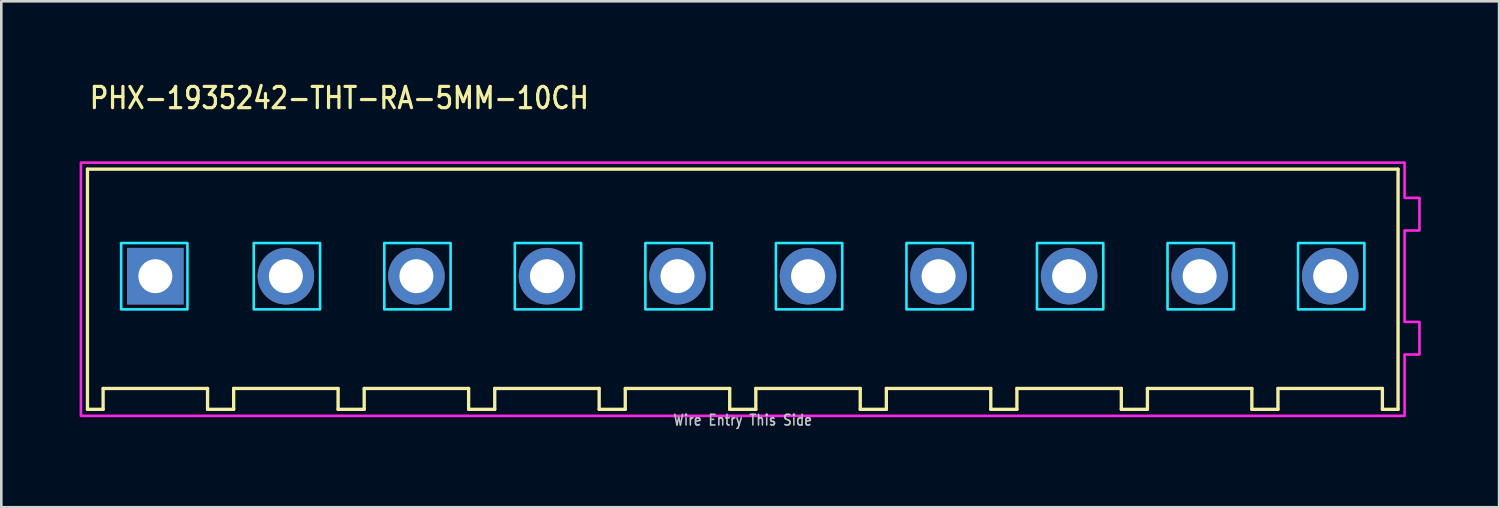
<source format=kicad_pcb>
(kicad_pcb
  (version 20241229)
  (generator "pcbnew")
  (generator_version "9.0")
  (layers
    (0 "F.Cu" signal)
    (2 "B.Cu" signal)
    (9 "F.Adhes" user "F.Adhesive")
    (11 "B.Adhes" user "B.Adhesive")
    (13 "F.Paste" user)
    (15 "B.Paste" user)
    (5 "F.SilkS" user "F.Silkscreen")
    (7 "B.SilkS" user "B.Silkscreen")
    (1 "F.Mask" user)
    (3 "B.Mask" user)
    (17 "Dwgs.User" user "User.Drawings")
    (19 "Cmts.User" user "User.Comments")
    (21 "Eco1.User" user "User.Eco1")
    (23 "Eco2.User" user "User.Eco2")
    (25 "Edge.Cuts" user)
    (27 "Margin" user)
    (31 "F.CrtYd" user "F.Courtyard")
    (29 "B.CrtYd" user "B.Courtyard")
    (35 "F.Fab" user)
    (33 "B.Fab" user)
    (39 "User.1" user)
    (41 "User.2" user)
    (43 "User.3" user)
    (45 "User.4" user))
  (footprint "PHX-1935242-THT-RA-5MM-10CH"
    (layer "F.Cu")
    (at 25.4 7.529)
    (property "Reference" "PHX-1935242-THT-RA-5MM-10CH" (at -25.08 -6.35 0) (unlocked yes) (layer "F.SilkS") (effects (font (size 0.813 0.695) (thickness 0.122)) (justify left bottom)))
    (fp_line (start -25.1 -4.1) (end -25.1 5.1) (stroke (width 0.127) (type solid)) (layer "F.SilkS"))
    (fp_line (start -25.1 5.1) (end -24.5 5.1) (stroke (width 0.127) (type solid)) (layer "F.SilkS"))
    (fp_line (start -24.5 4.3) (end -20.5 4.3) (stroke (width 0.127) (type solid)) (layer "F.SilkS"))
    (fp_line (start -24.5 5.1) (end -24.5 4.3) (stroke (width 0.127) (type solid)) (layer "F.SilkS"))
    (fp_line (start -20.5 4.3) (end -20.5 5.1) (stroke (width 0.127) (type solid)) (layer "F.SilkS"))
    (fp_line (start -20.5 5.1) (end -19.5 5.1) (stroke (width 0.127) (type solid)) (layer "F.SilkS"))
    (fp_line (start -19.5 4.3) (end -15.5 4.3) (stroke (width 0.127) (type solid)) (layer "F.SilkS"))
    (fp_line (start -19.5 5.1) (end -19.5 4.3) (stroke (width 0.127) (type solid)) (layer "F.SilkS"))
    (fp_line (start -15.5 4.3) (end -15.5 5.1) (stroke (width 0.127) (type solid)) (layer "F.SilkS"))
    (fp_line (start -15.5 5.1) (end -14.5 5.1) (stroke (width 0.127) (type solid)) (layer "F.SilkS"))
    (fp_line (start -14.5 4.3) (end -10.5 4.3) (stroke (width 0.127) (type solid)) (layer "F.SilkS"))
    (fp_line (start -14.5 5.1) (end -14.5 4.3) (stroke (width 0.127) (type solid)) (layer "F.SilkS"))
    (fp_line (start -10.5 4.3) (end -10.5 5.1) (stroke (width 0.127) (type solid)) (layer "F.SilkS"))
    (fp_line (start -10.5 5.1) (end -9.5 5.1) (stroke (width 0.127) (type solid)) (layer "F.SilkS"))
    (fp_line (start -9.5 4.3) (end -5.5 4.3) (stroke (width 0.127) (type solid)) (layer "F.SilkS"))
    (fp_line (start -9.5 5.1) (end -9.5 4.3) (stroke (width 0.127) (type solid)) (layer "F.SilkS"))
    (fp_line (start -5.5 4.3) (end -5.5 5.1) (stroke (width 0.127) (type solid)) (layer "F.SilkS"))
    (fp_line (start -5.5 5.1) (end -4.5 5.1) (stroke (width 0.127) (type solid)) (layer "F.SilkS"))
    (fp_line (start -4.5 4.3) (end -0.5 4.3) (stroke (width 0.127) (type solid)) (layer "F.SilkS"))
    (fp_line (start -4.5 5.1) (end -4.5 4.3) (stroke (width 0.127) (type solid)) (layer "F.SilkS"))
    (fp_line (start -0.5 4.3) (end -0.5 5.1) (stroke (width 0.127) (type solid)) (layer "F.SilkS"))
    (fp_line (start -0.5 5.1) (end 0.5 5.1) (stroke (width 0.127) (type solid)) (layer "F.SilkS"))
    (fp_line (start 0.5 4.3) (end 4.5 4.3) (stroke (width 0.127) (type solid)) (layer "F.SilkS"))
    (fp_line (start 0.5 5.1) (end 0.5 4.3) (stroke (width 0.127) (type solid)) (layer "F.SilkS"))
    (fp_line (start 4.5 4.3) (end 4.5 5.1) (stroke (width 0.127) (type solid)) (layer "F.SilkS"))
    (fp_line (start 4.5 5.1) (end 5.5 5.1) (stroke (width 0.127) (type solid)) (layer "F.SilkS"))
    (fp_line (start 5.5 4.3) (end 9.5 4.3) (stroke (width 0.127) (type solid)) (layer "F.SilkS"))
    (fp_line (start 5.5 5.1) (end 5.5 4.3) (stroke (width 0.127) (type solid)) (layer "F.SilkS"))
    (fp_line (start 9.5 4.3) (end 9.5 5.1) (stroke (width 0.127) (type solid)) (layer "F.SilkS"))
    (fp_line (start 9.5 5.1) (end 10.5 5.1) (stroke (width 0.127) (type solid)) (layer "F.SilkS"))
    (fp_line (start 10.5 4.3) (end 14.5 4.3) (stroke (width 0.127) (type solid)) (layer "F.SilkS"))
    (fp_line (start 10.5 5.1) (end 10.5 4.3) (stroke (width 0.127) (type solid)) (layer "F.SilkS"))
    (fp_line (start 14.5 4.3) (end 14.5 5.1) (stroke (width 0.127) (type solid)) (layer "F.SilkS"))
    (fp_line (start 14.5 5.1) (end 15.5 5.1) (stroke (width 0.127) (type solid)) (layer "F.SilkS"))
    (fp_line (start 15.5 4.3) (end 19.5 4.3) (stroke (width 0.127) (type solid)) (layer "F.SilkS"))
    (fp_line (start 15.5 5.1) (end 15.5 4.3) (stroke (width 0.127) (type solid)) (layer "F.SilkS"))
    (fp_line (start 19.5 4.3) (end 19.5 5.1) (stroke (width 0.127) (type solid)) (layer "F.SilkS"))
    (fp_line (start 19.5 5.1) (end 20.5 5.1) (stroke (width 0.127) (type solid)) (layer "F.SilkS"))
    (fp_line (start 20.5 4.3) (end 24.5 4.3) (stroke (width 0.127) (type solid)) (layer "F.SilkS"))
    (fp_line (start 20.5 5.1) (end 20.5 4.3) (stroke (width 0.127) (type solid)) (layer "F.SilkS"))
    (fp_line (start 24.5 4.3) (end 24.5 5.1) (stroke (width 0.127) (type solid)) (layer "F.SilkS"))
    (fp_line (start 24.5 5.1) (end 25.1 5.1) (stroke (width 0.127) (type solid)) (layer "F.SilkS"))
    (fp_line (start 25.1 -4.1) (end -25.1 -4.1) (stroke (width 0.127) (type solid)) (layer "F.SilkS"))
    (fp_line (start 25.1 5.1) (end 25.1 -4.1) (stroke (width 0.127) (type solid)) (layer "F.SilkS"))
    (fp_poly (pts (xy -23.81 -1.27) (xy -21.27 -1.27) (xy -21.27 1.27) (xy -23.81 1.27)) (stroke (width 0.1) (type solid)) (fill no) (layer "B.CrtYd"))
    (fp_poly (pts (xy -18.73 -1.27) (xy -16.19 -1.27) (xy -16.19 1.27) (xy -18.73 1.27)) (stroke (width 0.1) (type solid)) (fill no) (layer "B.CrtYd"))
    (fp_poly (pts (xy -13.73 -1.27) (xy -11.19 -1.27) (xy -11.19 1.27) (xy -13.73 1.27)) (stroke (width 0.1) (type solid)) (fill no) (layer "B.CrtYd"))
    (fp_poly (pts (xy -8.73 -1.27) (xy -6.19 -1.27) (xy -6.19 1.27) (xy -8.73 1.27)) (stroke (width 0.1) (type solid)) (fill no) (layer "B.CrtYd"))
    (fp_poly (pts (xy -3.73 -1.27) (xy -1.19 -1.27) (xy -1.19 1.27) (xy -3.73 1.27)) (stroke (width 0.1) (type solid)) (fill no) (layer "B.CrtYd"))
    (fp_poly (pts (xy 1.27 -1.27) (xy 3.81 -1.27) (xy 3.81 1.27) (xy 1.27 1.27)) (stroke (width 0.1) (type solid)) (fill no) (layer "B.CrtYd"))
    (fp_poly (pts (xy 6.27 -1.27) (xy 8.81 -1.27) (xy 8.81 1.27) (xy 6.27 1.27)) (stroke (width 0.1) (type solid)) (fill no) (layer "B.CrtYd"))
    (fp_poly (pts (xy 11.27 -1.27) (xy 13.81 -1.27) (xy 13.81 1.27) (xy 11.27 1.27)) (stroke (width 0.1) (type solid)) (fill no) (layer "B.CrtYd"))
    (fp_poly (pts (xy 16.27 -1.27) (xy 18.81 -1.27) (xy 18.81 1.27) (xy 16.27 1.27)) (stroke (width 0.1) (type solid)) (fill no) (layer "B.CrtYd"))
    (fp_poly (pts (xy 21.27 -1.27) (xy 23.81 -1.27) (xy 23.81 1.27) (xy 21.27 1.27)) (stroke (width 0.1) (type solid)) (fill no) (layer "B.CrtYd"))
    (fp_poly (pts (xy -25.35 -4.35) (xy -25.35 5.35) (xy 25.35 5.35) (xy 25.35 3) (xy 25.92 3) (xy 25.92 1.75) (xy 25.35 1.75) (xy 25.35 -1.75) (xy 25.92 -1.75) (xy 25.92 -3) (xy 25.35 -3) (xy 25.35 -4.35)) (stroke (width 0.1) (type solid)) (fill no) (layer "F.CrtYd"))
    (fp_text user "Wire Entry This Side" (at 0 5.75 0) (unlocked yes) (layer "Dwgs.User") (effects (font (size 0.406 0.347) (thickness 0.061)) (justify bottom)))
    (pad "1" thru_hole rect (at -22.5 0) (size 2.167 2.167) (drill 1.3) (layers "*.Cu" "*.Mask"))
    (pad "2" thru_hole oval (at -17.5 0) (size 2.167 2.167) (drill 1.3) (layers "*.Cu" "*.Mask"))
    (pad "3" thru_hole oval (at -12.5 0) (size 2.167 2.167) (drill 1.3) (layers "*.Cu" "*.Mask"))
    (pad "4" thru_hole oval (at -7.5 0) (size 2.167 2.167) (drill 1.3) (layers "*.Cu" "*.Mask"))
    (pad "5" thru_hole oval (at -2.5 0) (size 2.167 2.167) (drill 1.3) (layers "*.Cu" "*.Mask"))
    (pad "6" thru_hole oval (at 2.5 0) (size 2.167 2.167) (drill 1.3) (layers "*.Cu" "*.Mask"))
    (pad "7" thru_hole oval (at 7.5 0) (size 2.167 2.167) (drill 1.3) (layers "*.Cu" "*.Mask"))
    (pad "8" thru_hole oval (at 12.5 0) (size 2.167 2.167) (drill 1.3) (layers "*.Cu" "*.Mask"))
    (pad "9" thru_hole oval (at 17.5 0) (size 2.167 2.167) (drill 1.3) (layers "*.Cu" "*.Mask"))
    (pad "10" thru_hole oval (at 22.5 0) (size 2.167 2.167) (drill 1.3) (layers "*.Cu" "*.Mask")))
  (gr_rect
    (start -3 -3)
    (end 54.37 16.379)
    (stroke (width 0.1) (type default))
    (fill no)
    (layer "Edge.Cuts")))
</source>
